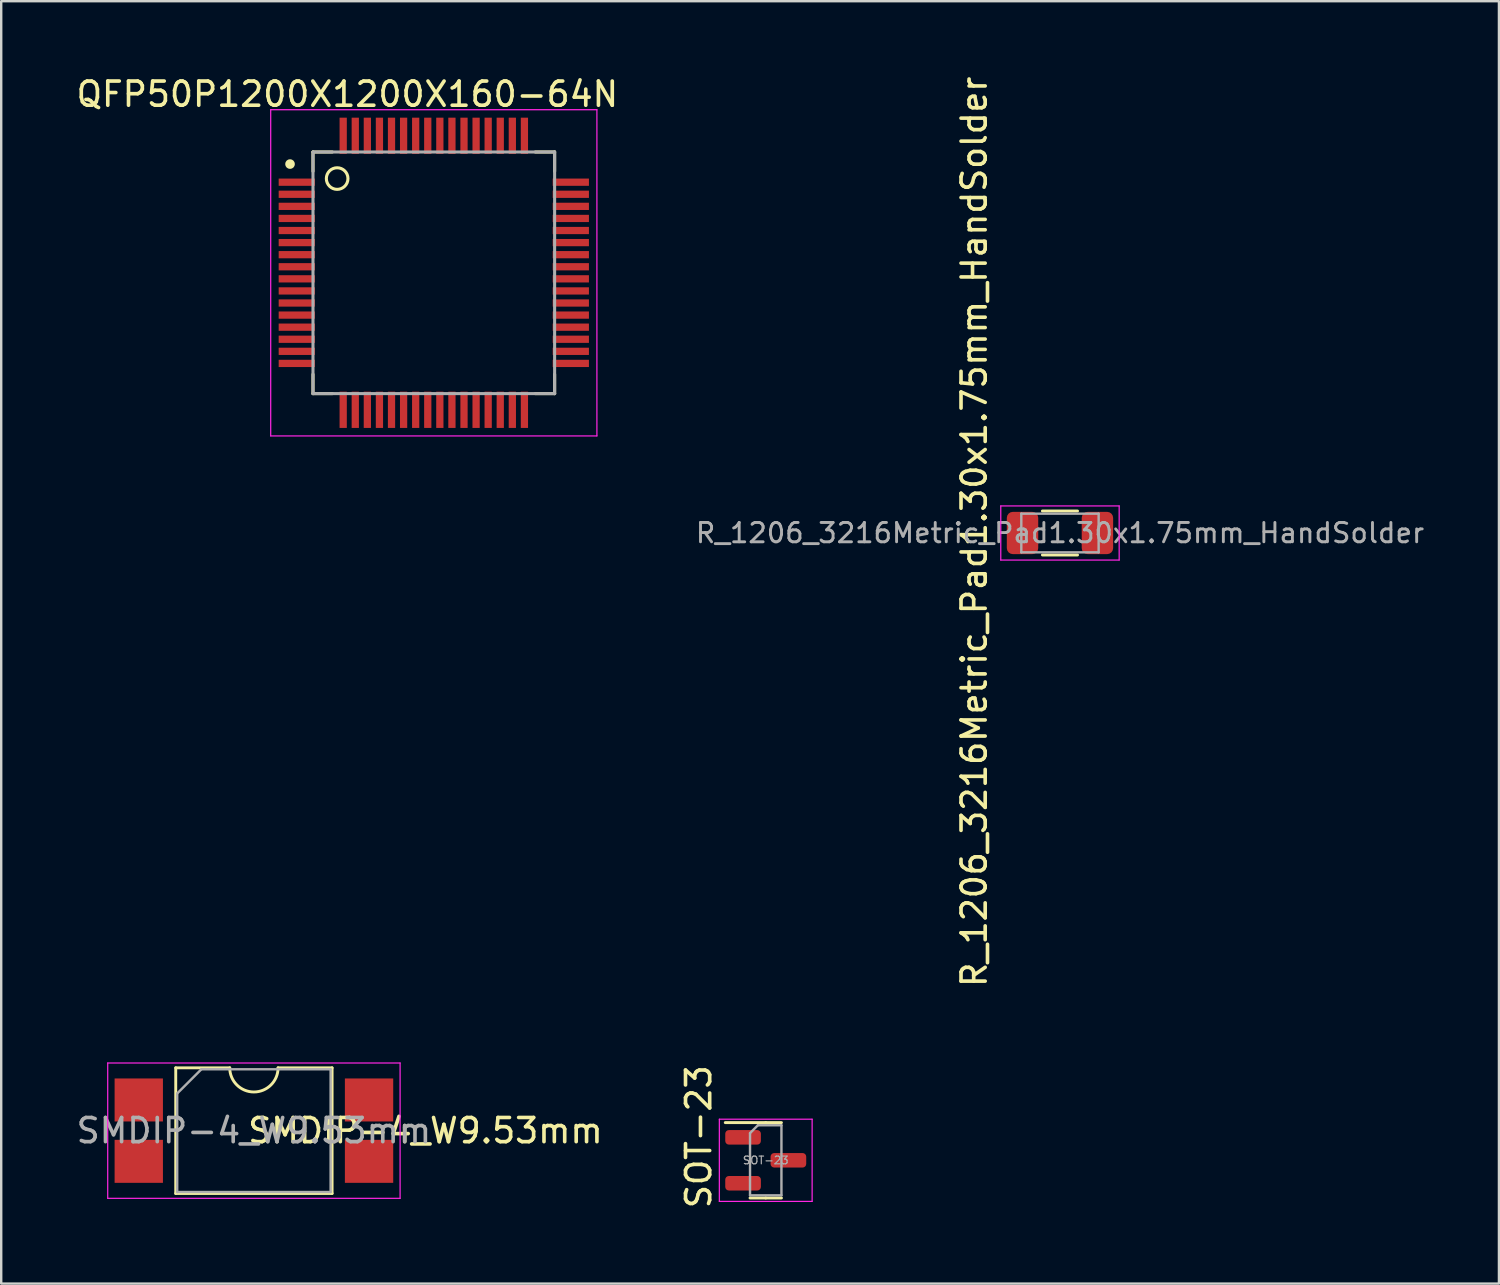
<source format=kicad_pcb>
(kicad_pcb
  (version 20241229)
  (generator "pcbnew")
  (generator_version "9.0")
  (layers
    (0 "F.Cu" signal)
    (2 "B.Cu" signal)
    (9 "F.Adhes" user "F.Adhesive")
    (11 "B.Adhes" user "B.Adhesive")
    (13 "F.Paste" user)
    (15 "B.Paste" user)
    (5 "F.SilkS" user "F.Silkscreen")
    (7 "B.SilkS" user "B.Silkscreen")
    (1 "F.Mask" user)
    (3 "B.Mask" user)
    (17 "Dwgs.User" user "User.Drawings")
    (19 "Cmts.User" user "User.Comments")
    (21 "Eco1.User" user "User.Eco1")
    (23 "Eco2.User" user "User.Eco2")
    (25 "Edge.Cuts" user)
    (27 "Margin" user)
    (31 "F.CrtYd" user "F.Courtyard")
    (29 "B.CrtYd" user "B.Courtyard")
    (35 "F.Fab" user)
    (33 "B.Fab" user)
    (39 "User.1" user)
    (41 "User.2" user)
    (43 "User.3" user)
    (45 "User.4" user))
  (footprint "QFP50P1200X1200X160-64N"
    (layer "F.Cu")
    (at 14.903 8.24)
    (property "Reference" "QFP50P1200X1200X160-64N" (at -3.578 -7.391 0) (layer "F.SilkS") (effects (font (size 1.001 1.001) (thickness 0.15))))
    (attr smd)
    (fp_line (start -5 -5) (end -5 -4.2) (stroke (width 0.127) (type solid)) (layer "F.SilkS"))
    (fp_line (start -5 4.2) (end -5 5) (stroke (width 0.127) (type solid)) (layer "F.SilkS"))
    (fp_line (start -5 5) (end -4.2 5) (stroke (width 0.127) (type solid)) (layer "F.SilkS"))
    (fp_line (start -4.2 -5) (end -5 -5) (stroke (width 0.127) (type solid)) (layer "F.SilkS"))
    (fp_line (start 4.2 5) (end 5 5) (stroke (width 0.127) (type solid)) (layer "F.SilkS"))
    (fp_line (start 5 -5) (end 4.2 -5) (stroke (width 0.127) (type solid)) (layer "F.SilkS"))
    (fp_line (start 5 -4.2) (end 5 -5) (stroke (width 0.127) (type solid)) (layer "F.SilkS"))
    (fp_line (start 5 5) (end 5 4.2) (stroke (width 0.127) (type solid)) (layer "F.SilkS"))
    (fp_circle (center -5.95 -4.5) (end -5.85 -4.5) (stroke (width 0.2) (type solid)) (fill no) (layer "F.SilkS"))
    (fp_circle (center -4 -3.9) (end -3.553 -3.9) (stroke (width 0.127) (type solid)) (fill no) (layer "F.SilkS"))
    (fp_line (start -6.75 -6.75) (end 6.75 -6.75) (stroke (width 0.05) (type solid)) (layer "F.CrtYd"))
    (fp_line (start -6.75 6.75) (end -6.75 -6.75) (stroke (width 0.05) (type solid)) (layer "F.CrtYd"))
    (fp_line (start 6.75 -6.75) (end 6.75 6.75) (stroke (width 0.05) (type solid)) (layer "F.CrtYd"))
    (fp_line (start 6.75 6.75) (end -6.75 6.75) (stroke (width 0.05) (type solid)) (layer "F.CrtYd"))
    (fp_line (start -5 -5) (end 5 -5) (stroke (width 0.127) (type solid)) (layer "F.Fab"))
    (fp_line (start -5 5) (end -5 -5) (stroke (width 0.127) (type solid)) (layer "F.Fab"))
    (fp_line (start 5 -5) (end 5 5) (stroke (width 0.127) (type solid)) (layer "F.Fab"))
    (fp_line (start 5 5) (end -5 5) (stroke (width 0.127) (type solid)) (layer "F.Fab"))
    (pad "1" smd rect (at -5.67 -3.75) (size 1.5 0.3) (layers "F.Cu" "F.Mask" "F.Paste"))
    (pad "2" smd rect (at -5.67 -3.25) (size 1.5 0.3) (layers "F.Cu" "F.Mask" "F.Paste"))
    (pad "3" smd rect (at -5.67 -2.75) (size 1.5 0.3) (layers "F.Cu" "F.Mask" "F.Paste"))
    (pad "4" smd rect (at -5.67 -2.25) (size 1.5 0.3) (layers "F.Cu" "F.Mask" "F.Paste"))
    (pad "5" smd rect (at -5.67 -1.75) (size 1.5 0.3) (layers "F.Cu" "F.Mask" "F.Paste"))
    (pad "6" smd rect (at -5.67 -1.25) (size 1.5 0.3) (layers "F.Cu" "F.Mask" "F.Paste"))
    (pad "7" smd rect (at -5.67 -0.75) (size 1.5 0.3) (layers "F.Cu" "F.Mask" "F.Paste"))
    (pad "8" smd rect (at -5.67 -0.25) (size 1.5 0.3) (layers "F.Cu" "F.Mask" "F.Paste"))
    (pad "9" smd rect (at -5.67 0.25) (size 1.5 0.3) (layers "F.Cu" "F.Mask" "F.Paste"))
    (pad "10" smd rect (at -5.67 0.75) (size 1.5 0.3) (layers "F.Cu" "F.Mask" "F.Paste"))
    (pad "11" smd rect (at -5.67 1.25) (size 1.5 0.3) (layers "F.Cu" "F.Mask" "F.Paste"))
    (pad "12" smd rect (at -5.67 1.75) (size 1.5 0.3) (layers "F.Cu" "F.Mask" "F.Paste"))
    (pad "13" smd rect (at -5.67 2.25) (size 1.5 0.3) (layers "F.Cu" "F.Mask" "F.Paste"))
    (pad "14" smd rect (at -5.67 2.75) (size 1.5 0.3) (layers "F.Cu" "F.Mask" "F.Paste"))
    (pad "15" smd rect (at -5.67 3.25) (size 1.5 0.3) (layers "F.Cu" "F.Mask" "F.Paste"))
    (pad "16" smd rect (at -5.67 3.75) (size 1.5 0.3) (layers "F.Cu" "F.Mask" "F.Paste"))
    (pad "17" smd rect (at -3.75 5.67 90) (size 1.5 0.3) (layers "F.Cu" "F.Mask" "F.Paste"))
    (pad "18" smd rect (at -3.25 5.67 90) (size 1.5 0.3) (layers "F.Cu" "F.Mask" "F.Paste"))
    (pad "19" smd rect (at -2.75 5.67 90) (size 1.5 0.3) (layers "F.Cu" "F.Mask" "F.Paste"))
    (pad "20" smd rect (at -2.25 5.67 90) (size 1.5 0.3) (layers "F.Cu" "F.Mask" "F.Paste"))
    (pad "21" smd rect (at -1.75 5.67 90) (size 1.5 0.3) (layers "F.Cu" "F.Mask" "F.Paste"))
    (pad "22" smd rect (at -1.25 5.67 90) (size 1.5 0.3) (layers "F.Cu" "F.Mask" "F.Paste"))
    (pad "23" smd rect (at -0.75 5.67 90) (size 1.5 0.3) (layers "F.Cu" "F.Mask" "F.Paste"))
    (pad "24" smd rect (at -0.25 5.67 90) (size 1.5 0.3) (layers "F.Cu" "F.Mask" "F.Paste"))
    (pad "25" smd rect (at 0.25 5.67 90) (size 1.5 0.3) (layers "F.Cu" "F.Mask" "F.Paste"))
    (pad "26" smd rect (at 0.75 5.67 90) (size 1.5 0.3) (layers "F.Cu" "F.Mask" "F.Paste"))
    (pad "27" smd rect (at 1.25 5.67 90) (size 1.5 0.3) (layers "F.Cu" "F.Mask" "F.Paste"))
    (pad "28" smd rect (at 1.75 5.67 90) (size 1.5 0.3) (layers "F.Cu" "F.Mask" "F.Paste"))
    (pad "29" smd rect (at 2.25 5.67 90) (size 1.5 0.3) (layers "F.Cu" "F.Mask" "F.Paste"))
    (pad "30" smd rect (at 2.75 5.67 90) (size 1.5 0.3) (layers "F.Cu" "F.Mask" "F.Paste"))
    (pad "31" smd rect (at 3.25 5.67 90) (size 1.5 0.3) (layers "F.Cu" "F.Mask" "F.Paste"))
    (pad "32" smd rect (at 3.75 5.67 90) (size 1.5 0.3) (layers "F.Cu" "F.Mask" "F.Paste"))
    (pad "33" smd rect (at 5.67 3.75 180) (size 1.5 0.3) (layers "F.Cu" "F.Mask" "F.Paste"))
    (pad "34" smd rect (at 5.67 3.25 180) (size 1.5 0.3) (layers "F.Cu" "F.Mask" "F.Paste"))
    (pad "35" smd rect (at 5.67 2.75 180) (size 1.5 0.3) (layers "F.Cu" "F.Mask" "F.Paste"))
    (pad "36" smd rect (at 5.67 2.25 180) (size 1.5 0.3) (layers "F.Cu" "F.Mask" "F.Paste"))
    (pad "37" smd rect (at 5.67 1.75 180) (size 1.5 0.3) (layers "F.Cu" "F.Mask" "F.Paste"))
    (pad "38" smd rect (at 5.67 1.25 180) (size 1.5 0.3) (layers "F.Cu" "F.Mask" "F.Paste"))
    (pad "39" smd rect (at 5.67 0.75 180) (size 1.5 0.3) (layers "F.Cu" "F.Mask" "F.Paste"))
    (pad "40" smd rect (at 5.67 0.25 180) (size 1.5 0.3) (layers "F.Cu" "F.Mask" "F.Paste"))
    (pad "41" smd rect (at 5.67 -0.25 180) (size 1.5 0.3) (layers "F.Cu" "F.Mask" "F.Paste"))
    (pad "42" smd rect (at 5.67 -0.75 180) (size 1.5 0.3) (layers "F.Cu" "F.Mask" "F.Paste"))
    (pad "43" smd rect (at 5.67 -1.25 180) (size 1.5 0.3) (layers "F.Cu" "F.Mask" "F.Paste"))
    (pad "44" smd rect (at 5.67 -1.75 180) (size 1.5 0.3) (layers "F.Cu" "F.Mask" "F.Paste"))
    (pad "45" smd rect (at 5.67 -2.25 180) (size 1.5 0.3) (layers "F.Cu" "F.Mask" "F.Paste"))
    (pad "46" smd rect (at 5.67 -2.75 180) (size 1.5 0.3) (layers "F.Cu" "F.Mask" "F.Paste"))
    (pad "47" smd rect (at 5.67 -3.25 180) (size 1.5 0.3) (layers "F.Cu" "F.Mask" "F.Paste"))
    (pad "48" smd rect (at 5.67 -3.75 180) (size 1.5 0.3) (layers "F.Cu" "F.Mask" "F.Paste"))
    (pad "49" smd rect (at 3.75 -5.67 270) (size 1.5 0.3) (layers "F.Cu" "F.Mask" "F.Paste"))
    (pad "50" smd rect (at 3.25 -5.67 270) (size 1.5 0.3) (layers "F.Cu" "F.Mask" "F.Paste"))
    (pad "51" smd rect (at 2.75 -5.67 270) (size 1.5 0.3) (layers "F.Cu" "F.Mask" "F.Paste"))
    (pad "52" smd rect (at 2.25 -5.67 270) (size 1.5 0.3) (layers "F.Cu" "F.Mask" "F.Paste"))
    (pad "53" smd rect (at 1.75 -5.67 270) (size 1.5 0.3) (layers "F.Cu" "F.Mask" "F.Paste"))
    (pad "54" smd rect (at 1.25 -5.67 270) (size 1.5 0.3) (layers "F.Cu" "F.Mask" "F.Paste"))
    (pad "55" smd rect (at 0.75 -5.67 270) (size 1.5 0.3) (layers "F.Cu" "F.Mask" "F.Paste"))
    (pad "56" smd rect (at 0.25 -5.67 270) (size 1.5 0.3) (layers "F.Cu" "F.Mask" "F.Paste"))
    (pad "57" smd rect (at -0.25 -5.67 270) (size 1.5 0.3) (layers "F.Cu" "F.Mask" "F.Paste"))
    (pad "58" smd rect (at -0.75 -5.67 270) (size 1.5 0.3) (layers "F.Cu" "F.Mask" "F.Paste"))
    (pad "59" smd rect (at -1.25 -5.67 270) (size 1.5 0.3) (layers "F.Cu" "F.Mask" "F.Paste"))
    (pad "60" smd rect (at -1.75 -5.67 270) (size 1.5 0.3) (layers "F.Cu" "F.Mask" "F.Paste"))
    (pad "61" smd rect (at -2.25 -5.67 270) (size 1.5 0.3) (layers "F.Cu" "F.Mask" "F.Paste"))
    (pad "62" smd rect (at -2.75 -5.67 270) (size 1.5 0.3) (layers "F.Cu" "F.Mask" "F.Paste"))
    (pad "63" smd rect (at -3.25 -5.67 270) (size 1.5 0.3) (layers "F.Cu" "F.Mask" "F.Paste"))
    (pad "64" smd rect (at -3.75 -5.67 270) (size 1.5 0.3) (layers "F.Cu" "F.Mask" "F.Paste")))
  (footprint "SOT-23"
    (layer "F.Cu")
    (at 28.64 44.969)
    (property "Reference" "SOT-23" (at -2.775 -0.975 270) (layer "F.SilkS") (effects (font (size 1 1) (thickness 0.15))))
    (attr smd)
    (fp_line (start 0 -1.56) (end -1.675 -1.56) (stroke (width 0.12) (type solid)) (layer "F.SilkS"))
    (fp_line (start 0 -1.56) (end 0.65 -1.56) (stroke (width 0.12) (type solid)) (layer "F.SilkS"))
    (fp_line (start 0 1.56) (end -0.65 1.56) (stroke (width 0.12) (type solid)) (layer "F.SilkS"))
    (fp_line (start 0 1.56) (end 0.65 1.56) (stroke (width 0.12) (type solid)) (layer "F.SilkS"))
    (fp_line (start -1.92 -1.7) (end -1.92 1.7) (stroke (width 0.05) (type solid)) (layer "F.CrtYd"))
    (fp_line (start -1.92 1.7) (end 1.92 1.7) (stroke (width 0.05) (type solid)) (layer "F.CrtYd"))
    (fp_line (start 1.92 -1.7) (end -1.92 -1.7) (stroke (width 0.05) (type solid)) (layer "F.CrtYd"))
    (fp_line (start 1.92 1.7) (end 1.92 -1.7) (stroke (width 0.05) (type solid)) (layer "F.CrtYd"))
    (fp_line (start -0.65 -1.125) (end -0.325 -1.45) (stroke (width 0.1) (type solid)) (layer "F.Fab"))
    (fp_line (start -0.65 1.45) (end -0.65 -1.125) (stroke (width 0.1) (type solid)) (layer "F.Fab"))
    (fp_line (start -0.325 -1.45) (end 0.65 -1.45) (stroke (width 0.1) (type solid)) (layer "F.Fab"))
    (fp_line (start 0.65 -1.45) (end 0.65 1.45) (stroke (width 0.1) (type solid)) (layer "F.Fab"))
    (fp_line (start 0.65 1.45) (end -0.65 1.45) (stroke (width 0.1) (type solid)) (layer "F.Fab"))
    (fp_text user "${REFERENCE}" (at 0 0 180) (layer "F.Fab") (effects (font (size 0.32 0.32) (thickness 0.05))))
    (pad "1" smd roundrect (at -0.938 -0.95) (size 1.475 0.6) (layers "F.Cu" "F.Mask" "F.Paste") (roundrect_rratio 0.25))
    (pad "2" smd roundrect (at -0.938 0.95) (size 1.475 0.6) (layers "F.Cu" "F.Mask" "F.Paste") (roundrect_rratio 0.25))
    (pad "3" smd roundrect (at 0.938 0) (size 1.475 0.6) (layers "F.Cu" "F.Mask" "F.Paste") (roundrect_rratio 0.25)))
  (footprint "R_1206_3216Metric_Pad1.30x1.75mm_HandSolder"
    (layer "F.Cu")
    (at 40.817 19.008)
    (property "Reference" "R_1206_3216Metric_Pad1.30x1.75mm_HandSolder" (at -3.55 -0.05 90) (layer "F.SilkS") (effects (font (size 1 1) (thickness 0.15))))
    (attr smd)
    (fp_line (start -0.727 -0.91) (end 0.727 -0.91) (stroke (width 0.12) (type solid)) (layer "F.SilkS"))
    (fp_line (start -0.727 0.91) (end 0.727 0.91) (stroke (width 0.12) (type solid)) (layer "F.SilkS"))
    (fp_line (start -2.45 -1.12) (end 2.45 -1.12) (stroke (width 0.05) (type solid)) (layer "F.CrtYd"))
    (fp_line (start -2.45 1.12) (end -2.45 -1.12) (stroke (width 0.05) (type solid)) (layer "F.CrtYd"))
    (fp_line (start 2.45 -1.12) (end 2.45 1.12) (stroke (width 0.05) (type solid)) (layer "F.CrtYd"))
    (fp_line (start 2.45 1.12) (end -2.45 1.12) (stroke (width 0.05) (type solid)) (layer "F.CrtYd"))
    (fp_line (start -1.6 -0.8) (end 1.6 -0.8) (stroke (width 0.1) (type solid)) (layer "F.Fab"))
    (fp_line (start -1.6 0.8) (end -1.6 -0.8) (stroke (width 0.1) (type solid)) (layer "F.Fab"))
    (fp_line (start 1.6 -0.8) (end 1.6 0.8) (stroke (width 0.1) (type solid)) (layer "F.Fab"))
    (fp_line (start 1.6 0.8) (end -1.6 0.8) (stroke (width 0.1) (type solid)) (layer "F.Fab"))
    (fp_text user "${REFERENCE}" (at 0 0 0) (layer "F.Fab") (effects (font (size 0.8 0.8) (thickness 0.12))))
    (pad "1" smd roundrect (at -1.55 0) (size 1.3 1.75) (layers "F.Cu" "F.Mask" "F.Paste") (roundrect_rratio 0.192))
    (pad "2" smd roundrect (at 1.55 0) (size 1.3 1.75) (layers "F.Cu" "F.Mask" "F.Paste") (roundrect_rratio 0.192)))
  (footprint "SMDIP-4_W9.53mm"
    (layer "F.Cu")
    (at 7.458 43.742)
    (property "Reference" "SMDIP-4_W9.53mm" (at 7.1 0 180) (layer "F.SilkS") (effects (font (size 1 1) (thickness 0.15))))
    (attr smd)
    (fp_line (start -3.235 -2.6) (end -3.235 2.6) (stroke (width 0.12) (type solid)) (layer "F.SilkS"))
    (fp_line (start -3.235 2.6) (end 3.235 2.6) (stroke (width 0.12) (type solid)) (layer "F.SilkS"))
    (fp_line (start -1 -2.6) (end -3.235 -2.6) (stroke (width 0.12) (type solid)) (layer "F.SilkS"))
    (fp_line (start 3.235 -2.6) (end 1 -2.6) (stroke (width 0.12) (type solid)) (layer "F.SilkS"))
    (fp_line (start 3.235 2.6) (end 3.235 -2.6) (stroke (width 0.12) (type solid)) (layer "F.SilkS"))
    (fp_arc (start 1 -2.6) (mid 0 -1.6) (end -1 -2.6) (stroke (width 0.12) (type solid)) (layer "F.SilkS"))
    (fp_line (start -6.05 -2.8) (end -6.05 2.8) (stroke (width 0.05) (type solid)) (layer "F.CrtYd"))
    (fp_line (start -6.05 2.8) (end 6.05 2.8) (stroke (width 0.05) (type solid)) (layer "F.CrtYd"))
    (fp_line (start 6.05 -2.8) (end -6.05 -2.8) (stroke (width 0.05) (type solid)) (layer "F.CrtYd"))
    (fp_line (start 6.05 2.8) (end 6.05 -2.8) (stroke (width 0.05) (type solid)) (layer "F.CrtYd"))
    (fp_line (start -3.175 -1.54) (end -2.175 -2.54) (stroke (width 0.1) (type solid)) (layer "F.Fab"))
    (fp_line (start -3.175 2.54) (end -3.175 -1.54) (stroke (width 0.1) (type solid)) (layer "F.Fab"))
    (fp_line (start -2.175 -2.54) (end 3.175 -2.54) (stroke (width 0.1) (type solid)) (layer "F.Fab"))
    (fp_line (start 3.175 -2.54) (end 3.175 2.54) (stroke (width 0.1) (type solid)) (layer "F.Fab"))
    (fp_line (start 3.175 2.54) (end -3.175 2.54) (stroke (width 0.1) (type solid)) (layer "F.Fab"))
    (fp_text user "${REFERENCE}" (at 0 0 180) (layer "F.Fab") (effects (font (size 1 1) (thickness 0.15))))
    (pad "1" smd rect (at -4.765 -1.27) (size 2 1.78) (layers "F.Cu" "F.Mask" "F.Paste"))
    (pad "2" smd rect (at -4.765 1.27) (size 2 1.78) (layers "F.Cu" "F.Mask" "F.Paste"))
    (pad "3" smd rect (at 4.765 1.27) (size 2 1.78) (layers "F.Cu" "F.Mask" "F.Paste"))
    (pad "4" smd rect (at 4.765 -1.27) (size 2 1.78) (layers "F.Cu" "F.Mask" "F.Paste")))
  (gr_rect
    (start -3 -3)
    (end 58.984 50.071)
    (stroke (width 0.1) (type default))
    (fill no)
    (layer "Edge.Cuts")))
</source>
